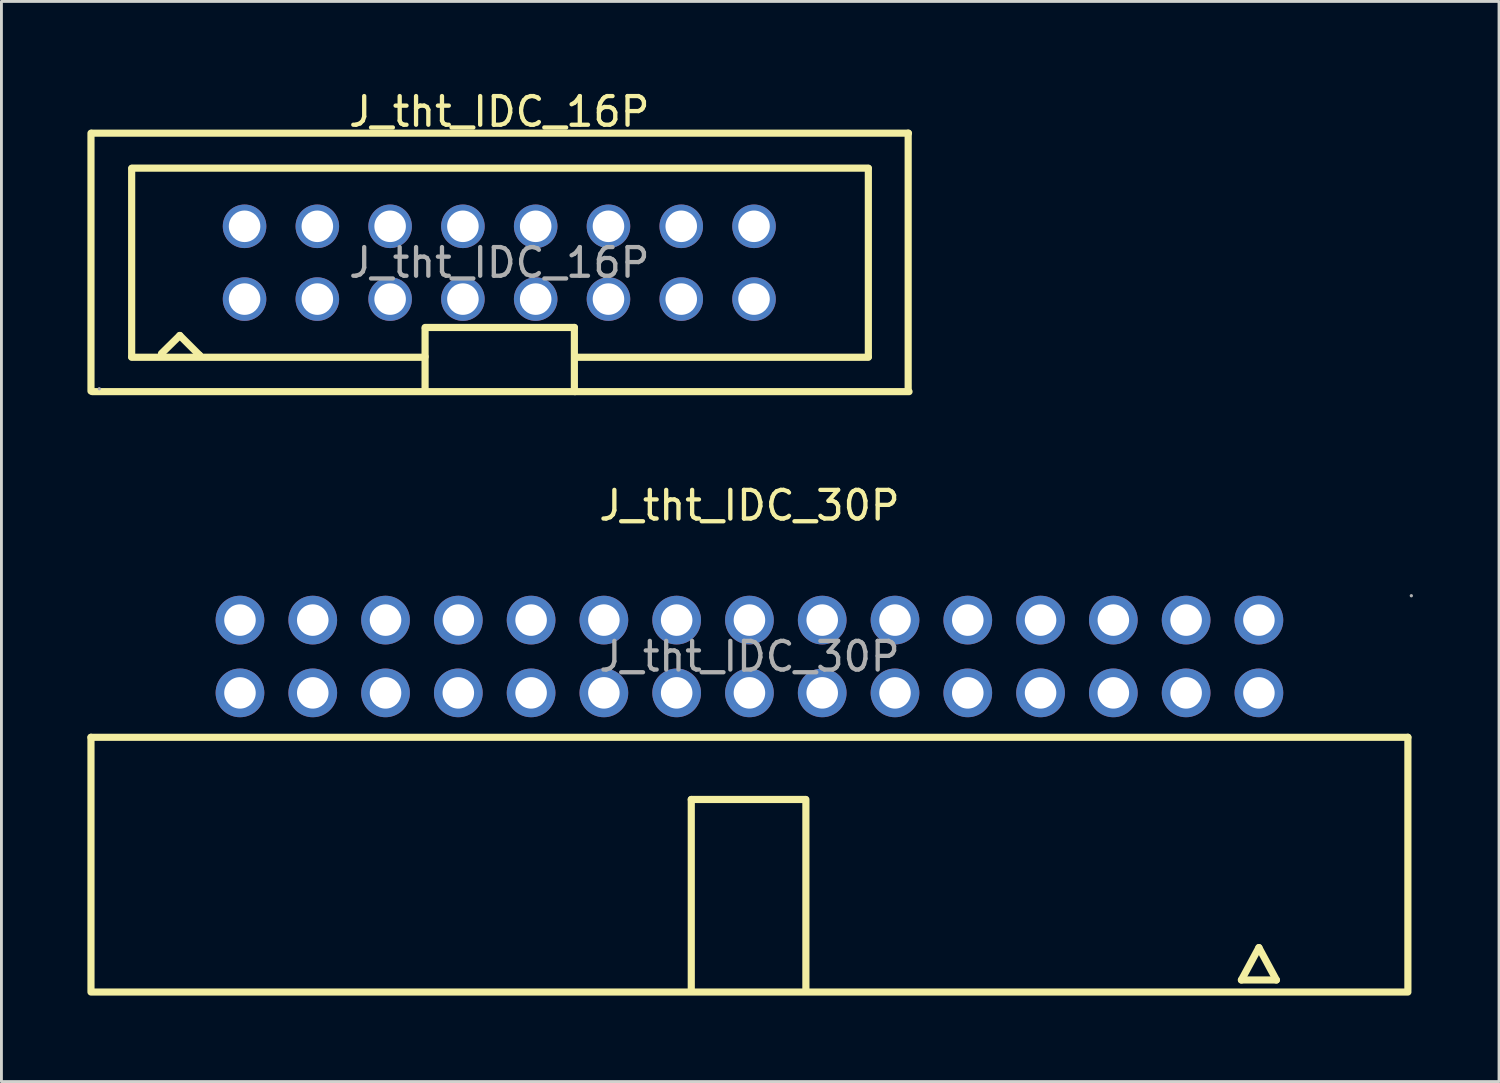
<source format=kicad_pcb>
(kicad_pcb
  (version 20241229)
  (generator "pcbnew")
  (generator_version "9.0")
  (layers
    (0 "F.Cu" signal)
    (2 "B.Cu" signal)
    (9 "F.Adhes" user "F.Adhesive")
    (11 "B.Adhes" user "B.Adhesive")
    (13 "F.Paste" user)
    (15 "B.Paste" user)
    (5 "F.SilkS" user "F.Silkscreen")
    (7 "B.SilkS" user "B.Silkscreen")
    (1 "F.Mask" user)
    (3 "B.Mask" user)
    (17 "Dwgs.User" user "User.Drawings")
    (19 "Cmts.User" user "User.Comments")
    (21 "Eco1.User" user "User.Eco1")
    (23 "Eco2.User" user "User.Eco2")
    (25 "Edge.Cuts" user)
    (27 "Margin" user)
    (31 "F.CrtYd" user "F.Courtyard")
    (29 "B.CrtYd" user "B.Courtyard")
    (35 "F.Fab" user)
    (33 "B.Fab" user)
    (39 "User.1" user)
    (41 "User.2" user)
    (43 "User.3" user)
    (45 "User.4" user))
  (footprint "J_tht_IDC_16P"
    (layer "F.Cu")
    (at 14.375 6.118)
    (property "Reference" "J_tht_IDC_16P" (at 0 -5.27 0) (layer "F.SilkS") (effects (font (size 1 1) (thickness 0.15))))
    (attr through_hole)
    (fp_line (start -14.25 4.48) (end -14.25 -4.52) (stroke (width 0.25) (type solid)) (layer "F.SilkS"))
    (fp_line (start -14.22 -4.52) (end 14.28 -4.52) (stroke (width 0.25) (type solid)) (layer "F.SilkS"))
    (fp_line (start -14.2 4.5) (end 14.3 4.5) (stroke (width 0.25) (type solid)) (layer "F.SilkS"))
    (fp_line (start -12.83 3.28) (end -12.83 -3.29) (stroke (width 0.25) (type solid)) (layer "F.SilkS"))
    (fp_line (start -12.83 3.3) (end -2.62 3.3) (stroke (width 0.25) (type solid)) (layer "F.SilkS"))
    (fp_line (start -12.82 -3.3) (end 12.88 -3.3) (stroke (width 0.25) (type solid)) (layer "F.SilkS"))
    (fp_line (start -11.79 3.17) (end -11.15 2.54) (stroke (width 0.25) (type solid)) (layer "F.SilkS"))
    (fp_line (start -11.15 2.54) (end -10.46 3.23) (stroke (width 0.25) (type solid)) (layer "F.SilkS"))
    (fp_line (start -10.46 3.23) (end -10.46 3.25) (stroke (width 0.25) (type solid)) (layer "F.SilkS"))
    (fp_line (start -2.62 3.3) (end -2.59 3.28) (stroke (width 0.25) (type solid)) (layer "F.SilkS"))
    (fp_line (start -2.59 2.26) (end 2.62 2.26) (stroke (width 0.25) (type solid)) (layer "F.SilkS"))
    (fp_line (start -2.59 2.31) (end -2.59 4.47) (stroke (width 0.25) (type solid)) (layer "F.SilkS"))
    (fp_line (start 2.62 2.26) (end 2.62 4.47) (stroke (width 0.25) (type solid)) (layer "F.SilkS"))
    (fp_line (start 2.62 4.47) (end 2.64 4.5) (stroke (width 0.25) (type solid)) (layer "F.SilkS"))
    (fp_line (start 2.64 3.3) (end 12.88 3.3) (stroke (width 0.25) (type solid)) (layer "F.SilkS"))
    (fp_line (start 2.64 3.33) (end 2.64 3.3) (stroke (width 0.25) (type solid)) (layer "F.SilkS"))
    (fp_line (start 12.88 -3.29) (end 12.88 3.28) (stroke (width 0.25) (type solid)) (layer "F.SilkS"))
    (fp_line (start 14.27 -4.52) (end 14.27 4.48) (stroke (width 0.25) (type solid)) (layer "F.SilkS"))
    (fp_circle (center -13.96 4.4) (end -13.93 4.4) (stroke (width 0.06) (type solid)) (fill no) (layer "F.Fab"))
    (fp_text user "${REFERENCE}" (at 0 0 0) (layer "F.Fab") (effects (font (size 1 1) (thickness 0.15))))
    (pad "1" thru_hole circle (at -8.89 1.27) (size 1.52 1.52) (drill 1.1) (layers "*.Cu" "*.Mask"))
    (pad "2" thru_hole circle (at -8.89 -1.27) (size 1.52 1.52) (drill 1.1) (layers "*.Cu" "*.Mask"))
    (pad "3" thru_hole circle (at -6.35 1.27) (size 1.52 1.52) (drill 1.1) (layers "*.Cu" "*.Mask"))
    (pad "4" thru_hole circle (at -6.35 -1.27) (size 1.52 1.52) (drill 1.1) (layers "*.Cu" "*.Mask"))
    (pad "5" thru_hole circle (at -3.81 1.27) (size 1.52 1.52) (drill 1.1) (layers "*.Cu" "*.Mask"))
    (pad "6" thru_hole circle (at -3.81 -1.27) (size 1.52 1.52) (drill 1.1) (layers "*.Cu" "*.Mask"))
    (pad "7" thru_hole circle (at -1.27 1.27) (size 1.52 1.52) (drill 1.1) (layers "*.Cu" "*.Mask"))
    (pad "8" thru_hole circle (at -1.27 -1.27) (size 1.52 1.52) (drill 1.1) (layers "*.Cu" "*.Mask"))
    (pad "9" thru_hole circle (at 1.27 1.27) (size 1.52 1.52) (drill 1.1) (layers "*.Cu" "*.Mask"))
    (pad "10" thru_hole circle (at 1.27 -1.27) (size 1.52 1.52) (drill 1.1) (layers "*.Cu" "*.Mask"))
    (pad "11" thru_hole circle (at 3.81 1.27) (size 1.52 1.52) (drill 1.1) (layers "*.Cu" "*.Mask"))
    (pad "12" thru_hole circle (at 3.81 -1.27) (size 1.52 1.52) (drill 1.1) (layers "*.Cu" "*.Mask"))
    (pad "13" thru_hole circle (at 6.35 1.27) (size 1.52 1.52) (drill 1.1) (layers "*.Cu" "*.Mask"))
    (pad "14" thru_hole circle (at 6.35 -1.27) (size 1.52 1.52) (drill 1.1) (layers "*.Cu" "*.Mask"))
    (pad "15" thru_hole circle (at 8.89 1.27) (size 1.52 1.52) (drill 1.1) (layers "*.Cu" "*.Mask"))
    (pad "16" thru_hole circle (at 8.89 -1.27) (size 1.52 1.52) (drill 1.1) (layers "*.Cu" "*.Mask")))
  (footprint "J_tht_IDC_30P"
    (layer "F.Cu")
    (at 23.105 19.861)
    (property "Reference" "J_tht_IDC_30P" (at 0 -5.27 0) (layer "F.SilkS") (effects (font (size 1 1) (thickness 0.15))))
    (attr through_hole)
    (fp_line (start -22.98 2.82) (end -22.98 11.63) (stroke (width 0.25) (type solid)) (layer "F.SilkS"))
    (fp_line (start -22.98 2.82) (end 22.98 2.82) (stroke (width 0.25) (type solid)) (layer "F.SilkS"))
    (fp_line (start -22.98 11.71) (end 22.98 11.71) (stroke (width 0.25) (type solid)) (layer "F.SilkS"))
    (fp_line (start -2.03 11.69) (end -2.03 4.99) (stroke (width 0.25) (type solid)) (layer "F.SilkS"))
    (fp_line (start 1.95 4.99) (end -2.03 4.99) (stroke (width 0.25) (type solid)) (layer "F.SilkS"))
    (fp_line (start 1.97 11.69) (end 1.97 4.99) (stroke (width 0.25) (type solid)) (layer "F.SilkS"))
    (fp_line (start 17.17 11.29) (end 18.39 11.29) (stroke (width 0.25) (type solid)) (layer "F.SilkS"))
    (fp_line (start 17.78 10.16) (end 17.17 11.29) (stroke (width 0.25) (type solid)) (layer "F.SilkS"))
    (fp_line (start 18.39 11.29) (end 17.78 10.16) (stroke (width 0.25) (type solid)) (layer "F.SilkS"))
    (fp_line (start 22.98 2.82) (end 22.98 11.63) (stroke (width 0.25) (type solid)) (layer "F.SilkS"))
    (fp_circle (center -17.78 -1.27) (end -17.55 -1.27) (stroke (width 0.45) (type solid)) (fill no) (layer "F.Fab"))
    (fp_circle (center -17.78 1.27) (end -17.55 1.27) (stroke (width 0.45) (type solid)) (fill no) (layer "F.Fab"))
    (fp_circle (center -15.24 -1.27) (end -15.01 -1.27) (stroke (width 0.45) (type solid)) (fill no) (layer "F.Fab"))
    (fp_circle (center -15.24 1.27) (end -15.01 1.27) (stroke (width 0.45) (type solid)) (fill no) (layer "F.Fab"))
    (fp_circle (center -12.7 -1.27) (end -12.47 -1.27) (stroke (width 0.45) (type solid)) (fill no) (layer "F.Fab"))
    (fp_circle (center -12.7 1.27) (end -12.47 1.27) (stroke (width 0.45) (type solid)) (fill no) (layer "F.Fab"))
    (fp_circle (center -10.16 -1.27) (end -9.93 -1.27) (stroke (width 0.45) (type solid)) (fill no) (layer "F.Fab"))
    (fp_circle (center -10.16 1.27) (end -9.93 1.27) (stroke (width 0.45) (type solid)) (fill no) (layer "F.Fab"))
    (fp_circle (center -7.62 -1.27) (end -7.39 -1.27) (stroke (width 0.45) (type solid)) (fill no) (layer "F.Fab"))
    (fp_circle (center -7.62 1.27) (end -7.39 1.27) (stroke (width 0.45) (type solid)) (fill no) (layer "F.Fab"))
    (fp_circle (center -5.08 -1.27) (end -4.85 -1.27) (stroke (width 0.45) (type solid)) (fill no) (layer "F.Fab"))
    (fp_circle (center -5.08 1.27) (end -4.85 1.27) (stroke (width 0.45) (type solid)) (fill no) (layer "F.Fab"))
    (fp_circle (center -2.54 -1.27) (end -2.31 -1.27) (stroke (width 0.45) (type solid)) (fill no) (layer "F.Fab"))
    (fp_circle (center -2.54 1.27) (end -2.31 1.27) (stroke (width 0.45) (type solid)) (fill no) (layer "F.Fab"))
    (fp_circle (center 0 -1.27) (end 0.23 -1.27) (stroke (width 0.45) (type solid)) (fill no) (layer "F.Fab"))
    (fp_circle (center 0 1.27) (end 0.23 1.27) (stroke (width 0.45) (type solid)) (fill no) (layer "F.Fab"))
    (fp_circle (center 2.54 -1.27) (end 2.77 -1.27) (stroke (width 0.45) (type solid)) (fill no) (layer "F.Fab"))
    (fp_circle (center 2.54 1.27) (end 2.77 1.27) (stroke (width 0.45) (type solid)) (fill no) (layer "F.Fab"))
    (fp_circle (center 5.08 -1.27) (end 5.31 -1.27) (stroke (width 0.45) (type solid)) (fill no) (layer "F.Fab"))
    (fp_circle (center 5.08 1.27) (end 5.31 1.27) (stroke (width 0.45) (type solid)) (fill no) (layer "F.Fab"))
    (fp_circle (center 7.62 -1.27) (end 7.85 -1.27) (stroke (width 0.45) (type solid)) (fill no) (layer "F.Fab"))
    (fp_circle (center 7.62 1.27) (end 7.85 1.27) (stroke (width 0.45) (type solid)) (fill no) (layer "F.Fab"))
    (fp_circle (center 10.16 -1.27) (end 10.39 -1.27) (stroke (width 0.45) (type solid)) (fill no) (layer "F.Fab"))
    (fp_circle (center 10.16 1.27) (end 10.39 1.27) (stroke (width 0.45) (type solid)) (fill no) (layer "F.Fab"))
    (fp_circle (center 12.7 -1.27) (end 12.93 -1.27) (stroke (width 0.45) (type solid)) (fill no) (layer "F.Fab"))
    (fp_circle (center 12.7 1.27) (end 12.93 1.27) (stroke (width 0.45) (type solid)) (fill no) (layer "F.Fab"))
    (fp_circle (center 15.24 -1.27) (end 15.47 -1.27) (stroke (width 0.45) (type solid)) (fill no) (layer "F.Fab"))
    (fp_circle (center 15.24 1.27) (end 15.47 1.27) (stroke (width 0.45) (type solid)) (fill no) (layer "F.Fab"))
    (fp_circle (center 17.78 -1.27) (end 18.01 -1.27) (stroke (width 0.45) (type solid)) (fill no) (layer "F.Fab"))
    (fp_circle (center 17.78 1.27) (end 18.01 1.27) (stroke (width 0.45) (type solid)) (fill no) (layer "F.Fab"))
    (fp_circle (center 23.1 -2.12) (end 23.13 -2.12) (stroke (width 0.06) (type solid)) (fill no) (layer "F.Fab"))
    (fp_text user "${REFERENCE}" (at 0 0 0) (layer "F.Fab") (effects (font (size 1 1) (thickness 0.15))))
    (pad "1" thru_hole circle (at 17.78 -1.27 180) (size 1.7 1.7) (drill 1.1) (layers "*.Cu" "*.Mask"))
    (pad "2" thru_hole circle (at 17.78 1.27 180) (size 1.7 1.7) (drill 1.1) (layers "*.Cu" "*.Mask"))
    (pad "3" thru_hole circle (at 15.24 -1.27 180) (size 1.7 1.7) (drill 1.1) (layers "*.Cu" "*.Mask"))
    (pad "4" thru_hole circle (at 15.24 1.27 180) (size 1.7 1.7) (drill 1.1) (layers "*.Cu" "*.Mask"))
    (pad "5" thru_hole circle (at 12.7 -1.27 180) (size 1.7 1.7) (drill 1.1) (layers "*.Cu" "*.Mask"))
    (pad "6" thru_hole circle (at 12.7 1.27 180) (size 1.7 1.7) (drill 1.1) (layers "*.Cu" "*.Mask"))
    (pad "7" thru_hole circle (at 10.16 -1.27 180) (size 1.7 1.7) (drill 1.1) (layers "*.Cu" "*.Mask"))
    (pad "8" thru_hole circle (at 10.16 1.27 180) (size 1.7 1.7) (drill 1.1) (layers "*.Cu" "*.Mask"))
    (pad "9" thru_hole circle (at 7.62 -1.27 180) (size 1.7 1.7) (drill 1.1) (layers "*.Cu" "*.Mask"))
    (pad "10" thru_hole circle (at 7.62 1.27 180) (size 1.7 1.7) (drill 1.1) (layers "*.Cu" "*.Mask"))
    (pad "11" thru_hole circle (at 5.08 -1.27 180) (size 1.7 1.7) (drill 1.1) (layers "*.Cu" "*.Mask"))
    (pad "12" thru_hole circle (at 5.08 1.27 180) (size 1.7 1.7) (drill 1.1) (layers "*.Cu" "*.Mask"))
    (pad "13" thru_hole circle (at 2.54 -1.27 180) (size 1.7 1.7) (drill 1.1) (layers "*.Cu" "*.Mask"))
    (pad "14" thru_hole circle (at 2.54 1.27 180) (size 1.7 1.7) (drill 1.1) (layers "*.Cu" "*.Mask"))
    (pad "15" thru_hole circle (at 0 -1.27 180) (size 1.7 1.7) (drill 1.1) (layers "*.Cu" "*.Mask"))
    (pad "16" thru_hole circle (at 0 1.27 180) (size 1.7 1.7) (drill 1.1) (layers "*.Cu" "*.Mask"))
    (pad "17" thru_hole circle (at -2.54 -1.27 180) (size 1.7 1.7) (drill 1.1) (layers "*.Cu" "*.Mask"))
    (pad "18" thru_hole circle (at -2.54 1.27 180) (size 1.7 1.7) (drill 1.1) (layers "*.Cu" "*.Mask"))
    (pad "19" thru_hole circle (at -5.08 -1.27 180) (size 1.7 1.7) (drill 1.1) (layers "*.Cu" "*.Mask"))
    (pad "20" thru_hole circle (at -5.08 1.27 180) (size 1.7 1.7) (drill 1.1) (layers "*.Cu" "*.Mask"))
    (pad "21" thru_hole circle (at -7.62 -1.27 180) (size 1.7 1.7) (drill 1.1) (layers "*.Cu" "*.Mask"))
    (pad "22" thru_hole circle (at -7.62 1.27 180) (size 1.7 1.7) (drill 1.1) (layers "*.Cu" "*.Mask"))
    (pad "23" thru_hole circle (at -10.16 -1.27 180) (size 1.7 1.7) (drill 1.1) (layers "*.Cu" "*.Mask"))
    (pad "24" thru_hole circle (at -10.16 1.27 180) (size 1.7 1.7) (drill 1.1) (layers "*.Cu" "*.Mask"))
    (pad "25" thru_hole circle (at -12.7 -1.27 180) (size 1.7 1.7) (drill 1.1) (layers "*.Cu" "*.Mask"))
    (pad "26" thru_hole circle (at -12.7 1.27 180) (size 1.7 1.7) (drill 1.1) (layers "*.Cu" "*.Mask"))
    (pad "27" thru_hole circle (at -15.24 -1.27 180) (size 1.7 1.7) (drill 1.1) (layers "*.Cu" "*.Mask"))
    (pad "28" thru_hole circle (at -15.24 1.27 180) (size 1.7 1.7) (drill 1.1) (layers "*.Cu" "*.Mask"))
    (pad "29" thru_hole circle (at -17.78 -1.27 180) (size 1.7 1.7) (drill 1.1) (layers "*.Cu" "*.Mask"))
    (pad "30" thru_hole circle (at -17.78 1.27 180) (size 1.7 1.7) (drill 1.1) (layers "*.Cu" "*.Mask")))
  (gr_rect
    (start -3 -3)
    (end 49.265 34.697)
    (stroke (width 0.1) (type default))
    (fill no)
    (layer "Edge.Cuts")))
</source>
